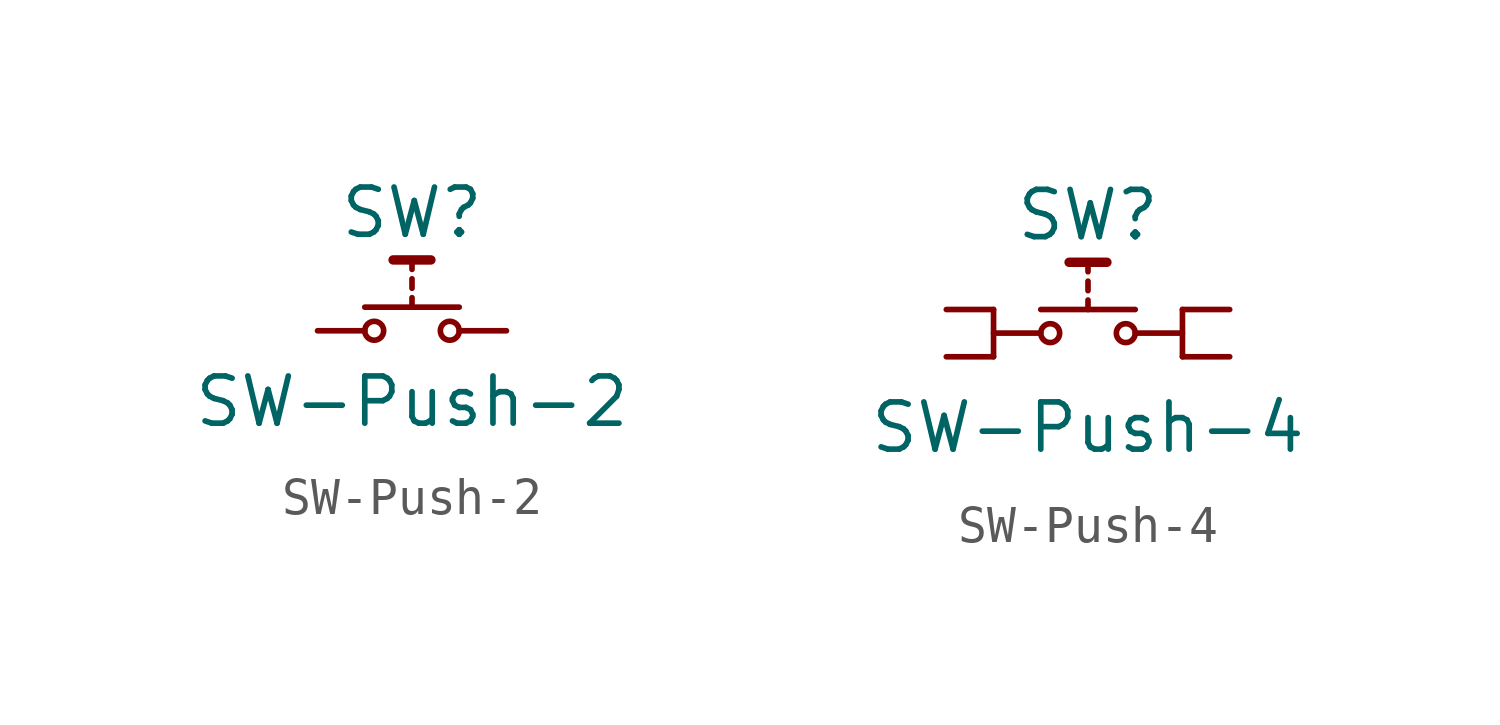
<source format=kicad_sym>
(kicad_symbol_lib
  (version 20231120)
  (generator "kicad_symbol_editor")
  (generator_version "8.0")
  (symbol "SW-Push-2"
    (pin_numbers hide)
    (pin_names hide)
    (property "Reference" "SW"
      (at 0 3.175 0)
      (effects (font (size 1.27 1.27))))
    (property "Value" "SW-Push-2"
      (at 0 -1.905 0)
      (effects (font (size 1.27 1.27))))
    (symbol "SW-Push-2_0_1"
      (circle (center -1.016 0) (radius 0.254) (stroke (width 0) (type default)) (fill (type none)))
      (polyline (pts (xy -0.508 1.905) (xy 0.508 1.905)) (stroke (width 0.254) (type default)) (fill (type none)))
      (polyline (pts (xy 0 0.635) (xy 0 0.889)) (stroke (width 0) (type default)) (fill (type none)))
      (polyline (pts (xy 0 1.143) (xy 0 1.397)) (stroke (width 0) (type default)) (fill (type none)))
      (polyline (pts (xy 0 1.651) (xy 0 1.905)) (stroke (width 0) (type default)) (fill (type none)))
      (polyline (pts (xy 1.27 0.635) (xy -1.27 0.635)) (stroke (width 0) (type default)) (fill (type none)))
      (circle (center 1.016 0) (radius 0.254) (stroke (width 0) (type default)) (fill (type none)))
      (pin passive line (at -2.54 0 0) (length 1.27) (name "1" (effects (font (size 1.27 1.27)))) (number "1" (effects (font (size 1.27 1.27)))))
      (pin passive line (at 2.54 0 180) (length 1.27) (name "2" (effects (font (size 1.27 1.27)))) (number "2" (effects (font (size 1.27 1.27)))))))
  (symbol "SW-Push-4"
    (pin_numbers hide)
    (pin_names hide)
    (property "Reference" "SW"
      (at 0 3.175 0)
      (effects (font (size 1.27 1.27))))
    (property "Value" "SW-Push-4"
      (at 0 -2.54 0)
      (effects (font (size 1.27 1.27))))
    (symbol "SW-Push-4_0_1"
      (circle (center -1.016 0) (radius 0.254) (stroke (width 0) (type default)) (fill (type none)))
      (polyline (pts (xy -2.54 0) (xy -1.27 0)) (stroke (width 0) (type default)) (fill (type none)))
      (polyline (pts (xy -2.54 0.635) (xy -2.54 -0.635)) (stroke (width 0) (type default)) (fill (type none)))
      (polyline (pts (xy -0.508 1.905) (xy 0.508 1.905)) (stroke (width 0.254) (type default)) (fill (type none)))
      (polyline (pts (xy 0 0.635) (xy 0 0.889)) (stroke (width 0) (type default)) (fill (type none)))
      (polyline (pts (xy 0 1.143) (xy 0 1.397)) (stroke (width 0) (type default)) (fill (type none)))
      (polyline (pts (xy 0 1.651) (xy 0 1.905)) (stroke (width 0) (type default)) (fill (type none)))
      (polyline (pts (xy 1.27 0.635) (xy -1.27 0.635)) (stroke (width 0) (type default)) (fill (type none)))
      (polyline (pts (xy 2.54 -0.635) (xy 2.54 0.635)) (stroke (width 0) (type default)) (fill (type none)))
      (polyline (pts (xy 2.54 0) (xy 1.27 0)) (stroke (width 0) (type default)) (fill (type none)))
      (circle (center 1.016 0) (radius 0.254) (stroke (width 0) (type default)) (fill (type none)))
      (pin passive line (at -3.81 0.635 0) (length 1.27) (name "1" (effects (font (size 1.27 1.27)))) (number "1" (effects (font (size 1.27 1.27)))))
      (pin passive line (at 3.81 0.635 180) (length 1.27) (name "2" (effects (font (size 1.27 1.27)))) (number "2" (effects (font (size 1.27 1.27)))))
      (pin passive line (at -3.81 -0.635 0) (length 1.27) (name "3" (effects (font (size 1.27 1.27)))) (number "3" (effects (font (size 1.27 1.27)))))
      (pin passive line (at 3.81 -0.635 180) (length 1.27) (name "4" (effects (font (size 1.27 1.27)))) (number "4" (effects (font (size 1.27 1.27))))))))
</source>
